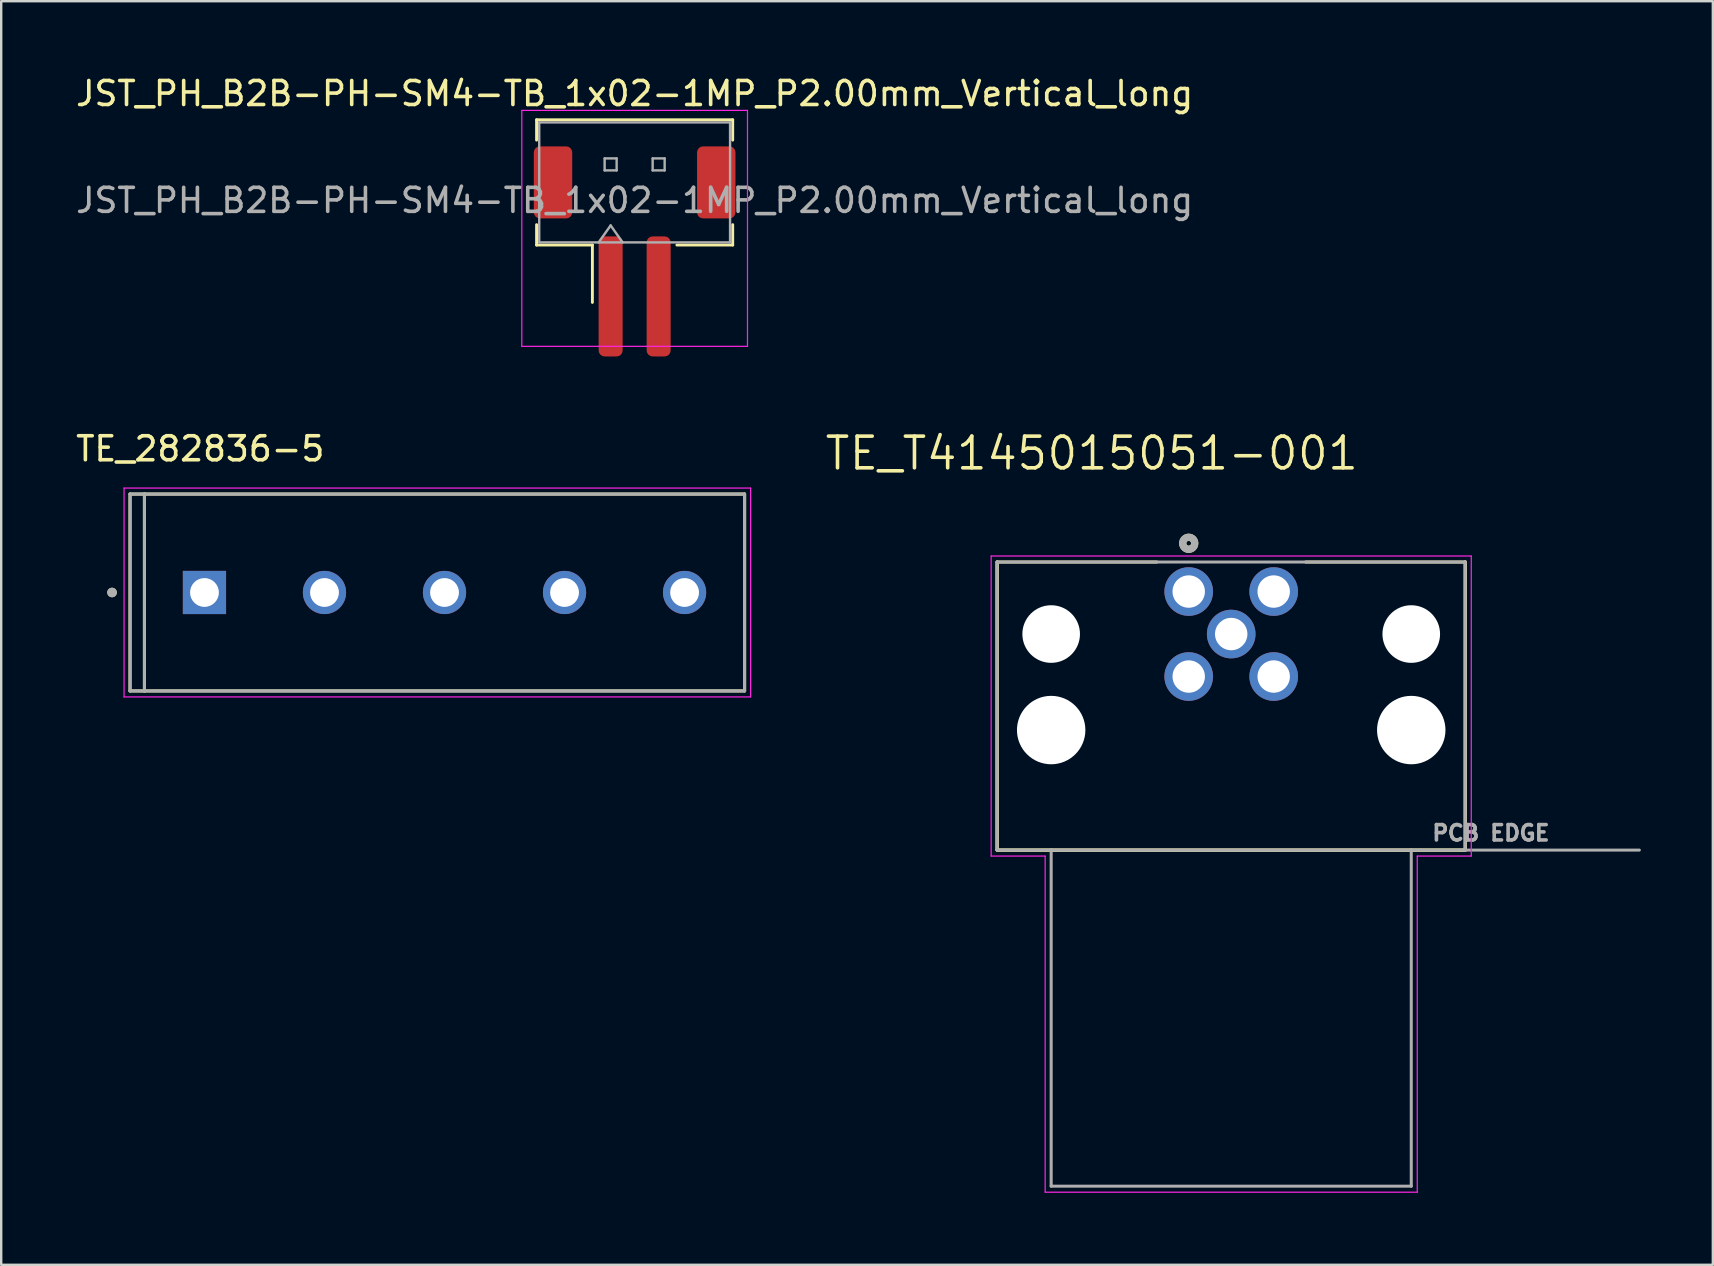
<source format=kicad_pcb>
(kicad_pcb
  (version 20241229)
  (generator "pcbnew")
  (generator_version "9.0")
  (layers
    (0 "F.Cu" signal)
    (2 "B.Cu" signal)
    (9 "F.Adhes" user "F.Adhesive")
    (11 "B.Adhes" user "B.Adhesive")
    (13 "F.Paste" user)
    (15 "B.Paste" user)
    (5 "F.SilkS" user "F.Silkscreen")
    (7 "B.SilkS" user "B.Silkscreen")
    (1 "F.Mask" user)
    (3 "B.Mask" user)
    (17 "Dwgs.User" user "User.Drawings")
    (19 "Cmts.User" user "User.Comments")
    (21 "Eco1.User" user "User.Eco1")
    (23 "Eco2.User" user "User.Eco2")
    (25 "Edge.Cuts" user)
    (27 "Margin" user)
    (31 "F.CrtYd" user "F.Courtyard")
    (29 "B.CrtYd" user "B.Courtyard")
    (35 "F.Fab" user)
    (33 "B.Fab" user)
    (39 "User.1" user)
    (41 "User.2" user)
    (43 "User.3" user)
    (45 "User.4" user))
  (footprint "TE_T4145015051-001"
    (layer "F.Cu")
    (at 48.238 23.362)
    (property "Reference" "TE_T4145015051-001" (at -5.809 -7.528 0) (layer "F.SilkS") (effects (font (size 1.32 1.32) (thickness 0.15))))
    (attr through_hole)
    (fp_line (start -9.75 -3) (end -3.103 -3) (stroke (width 0.127) (type solid)) (layer "F.SilkS"))
    (fp_line (start -9.75 9) (end -9.75 -3) (stroke (width 0.127) (type solid)) (layer "F.SilkS"))
    (fp_line (start -9.75 9) (end -9.75 -3) (stroke (width 0.127) (type solid)) (layer "F.SilkS"))
    (fp_line (start -9.75 9) (end -7.5 9) (stroke (width 0.127) (type solid)) (layer "F.SilkS"))
    (fp_line (start -9.75 9) (end 9.75 9) (stroke (width 0.127) (type solid)) (layer "F.SilkS"))
    (fp_line (start -7.5 9) (end 7.5 9) (stroke (width 0.127) (type solid)) (layer "F.SilkS"))
    (fp_line (start 3.103 -3) (end 9.75 -3) (stroke (width 0.127) (type solid)) (layer "F.SilkS"))
    (fp_line (start 7.5 9) (end 9.75 9) (stroke (width 0.127) (type solid)) (layer "F.SilkS"))
    (fp_line (start 9.75 -3) (end 9.75 9) (stroke (width 0.127) (type solid)) (layer "F.SilkS"))
    (fp_line (start 9.75 -3) (end 9.75 9) (stroke (width 0.127) (type solid)) (layer "F.SilkS"))
    (fp_circle (center -1.77 -3.781) (end -1.67 -3.781) (stroke (width 0.3) (type solid)) (fill no) (layer "F.SilkS"))
    (fp_line (start -10 -3.25) (end 10 -3.25) (stroke (width 0.05) (type solid)) (layer "F.CrtYd"))
    (fp_line (start -10 9.25) (end -10 -3.25) (stroke (width 0.05) (type solid)) (layer "F.CrtYd"))
    (fp_line (start -7.75 9.25) (end -10 9.25) (stroke (width 0.05) (type solid)) (layer "F.CrtYd"))
    (fp_line (start -7.75 23.25) (end -7.75 9.25) (stroke (width 0.05) (type solid)) (layer "F.CrtYd"))
    (fp_line (start 7.75 9.25) (end 7.75 23.25) (stroke (width 0.05) (type solid)) (layer "F.CrtYd"))
    (fp_line (start 7.75 23.25) (end -7.75 23.25) (stroke (width 0.05) (type solid)) (layer "F.CrtYd"))
    (fp_line (start 10 -3.25) (end 10 9.25) (stroke (width 0.05) (type solid)) (layer "F.CrtYd"))
    (fp_line (start 10 9.25) (end 7.75 9.25) (stroke (width 0.05) (type solid)) (layer "F.CrtYd"))
    (fp_line (start -9.75 -3) (end 9.75 -3) (stroke (width 0.127) (type solid)) (layer "F.Fab"))
    (fp_line (start -9.75 9) (end -9.75 -3) (stroke (width 0.127) (type solid)) (layer "F.Fab"))
    (fp_line (start -9.75 9) (end -7.5 9) (stroke (width 0.127) (type solid)) (layer "F.Fab"))
    (fp_line (start -7.5 9) (end -7.5 23) (stroke (width 0.127) (type solid)) (layer "F.Fab"))
    (fp_line (start -7.5 9) (end 7.5 9) (stroke (width 0.127) (type solid)) (layer "F.Fab"))
    (fp_line (start -7.5 23) (end 7.5 23) (stroke (width 0.127) (type solid)) (layer "F.Fab"))
    (fp_line (start 7.5 9) (end 9.75 9) (stroke (width 0.127) (type solid)) (layer "F.Fab"))
    (fp_line (start 7.5 23) (end 7.5 9) (stroke (width 0.127) (type solid)) (layer "F.Fab"))
    (fp_line (start 9.75 -3) (end 9.75 9) (stroke (width 0.127) (type solid)) (layer "F.Fab"))
    (fp_line (start 9.75 9) (end 17 9) (stroke (width 0.127) (type solid)) (layer "F.Fab"))
    (fp_circle (center -1.77 -3.781) (end -1.67 -3.781) (stroke (width 0.3) (type solid)) (fill no) (layer "F.Fab"))
    (fp_text user "PCB EDGE" (at 10.819 8.289 0) (layer "F.Fab") (effects (font (size 0.64 0.64) (thickness 0.15))))
    (pad "" np_thru_hole circle (at -7.5 0) (size 2.4 2.4) (drill 2.4) (layers "*.Cu" "*.Mask"))
    (pad "" np_thru_hole circle (at -7.5 4) (size 2.85 2.85) (drill 2.85) (layers "*.Cu" "*.Mask"))
    (pad "" np_thru_hole circle (at 7.5 0) (size 2.4 2.4) (drill 2.4) (layers "*.Cu" "*.Mask"))
    (pad "" np_thru_hole circle (at 7.5 4) (size 2.85 2.85) (drill 2.85) (layers "*.Cu" "*.Mask"))
    (pad "1" thru_hole circle (at -1.77 -1.77) (size 2.025 2.025) (drill 1.35) (layers "*.Cu" "*.Mask"))
    (pad "2" thru_hole circle (at 1.77 -1.77) (size 2.025 2.025) (drill 1.35) (layers "*.Cu" "*.Mask"))
    (pad "3" thru_hole circle (at 1.77 1.77) (size 2.025 2.025) (drill 1.35) (layers "*.Cu" "*.Mask"))
    (pad "4" thru_hole circle (at -1.77 1.77) (size 2.025 2.025) (drill 1.35) (layers "*.Cu" "*.Mask"))
    (pad "5" thru_hole circle (at 0 0) (size 2.025 2.025) (drill 1.35) (layers "*.Cu" "*.Mask")))
  (footprint "JST_PH_B2B-PH-SM4-TB_1x02-1MP_P2.00mm_Vertical_long"
    (layer "F.Cu")
    (at 23.387 6.298)
    (property "Reference" "JST_PH_B2B-PH-SM4-TB_1x02-1MP_P2.00mm_Vertical_long" (at 0 -5.45 0) (layer "F.SilkS") (effects (font (size 1 1) (thickness 0.15))))
    (attr smd)
    (fp_line (start -4.085 -4.36) (end 4.085 -4.36) (stroke (width 0.12) (type solid)) (layer "F.SilkS"))
    (fp_line (start -4.085 -3.51) (end -4.085 -4.36) (stroke (width 0.12) (type solid)) (layer "F.SilkS"))
    (fp_line (start -4.085 0.01) (end -4.085 0.86) (stroke (width 0.12) (type solid)) (layer "F.SilkS"))
    (fp_line (start -4.085 0.86) (end -1.76 0.86) (stroke (width 0.12) (type solid)) (layer "F.SilkS"))
    (fp_line (start -1.76 0.86) (end -1.76 3.25) (stroke (width 0.12) (type solid)) (layer "F.SilkS"))
    (fp_line (start 4.085 -4.36) (end 4.085 -3.51) (stroke (width 0.12) (type solid)) (layer "F.SilkS"))
    (fp_line (start 4.085 0.01) (end 4.085 0.86) (stroke (width 0.12) (type solid)) (layer "F.SilkS"))
    (fp_line (start 4.085 0.86) (end 1.76 0.86) (stroke (width 0.12) (type solid)) (layer "F.SilkS"))
    (fp_line (start -4.7 -4.75) (end -4.7 5.08) (stroke (width 0.05) (type solid)) (layer "F.CrtYd"))
    (fp_line (start -4.7 5.08) (end 4.7 5.08) (stroke (width 0.05) (type solid)) (layer "F.CrtYd"))
    (fp_line (start 4.7 -4.75) (end -4.7 -4.75) (stroke (width 0.05) (type solid)) (layer "F.CrtYd"))
    (fp_line (start 4.7 5.08) (end 4.7 -4.75) (stroke (width 0.05) (type solid)) (layer "F.CrtYd"))
    (fp_line (start -3.975 -4.25) (end 3.975 -4.25) (stroke (width 0.1) (type solid)) (layer "F.Fab"))
    (fp_line (start -3.975 0.75) (end -3.975 -4.25) (stroke (width 0.1) (type solid)) (layer "F.Fab"))
    (fp_line (start -3.975 0.75) (end 3.975 0.75) (stroke (width 0.1) (type solid)) (layer "F.Fab"))
    (fp_line (start -1.5 0.75) (end -1 0.043) (stroke (width 0.1) (type solid)) (layer "F.Fab"))
    (fp_line (start -1.25 -2.75) (end -1.25 -2.25) (stroke (width 0.1) (type solid)) (layer "F.Fab"))
    (fp_line (start -1.25 -2.25) (end -0.75 -2.25) (stroke (width 0.1) (type solid)) (layer "F.Fab"))
    (fp_line (start -1 0.043) (end -0.5 0.75) (stroke (width 0.1) (type solid)) (layer "F.Fab"))
    (fp_line (start -0.75 -2.75) (end -1.25 -2.75) (stroke (width 0.1) (type solid)) (layer "F.Fab"))
    (fp_line (start -0.75 -2.25) (end -0.75 -2.75) (stroke (width 0.1) (type solid)) (layer "F.Fab"))
    (fp_line (start 0.75 -2.75) (end 0.75 -2.25) (stroke (width 0.1) (type solid)) (layer "F.Fab"))
    (fp_line (start 0.75 -2.25) (end 1.25 -2.25) (stroke (width 0.1) (type solid)) (layer "F.Fab"))
    (fp_line (start 1.25 -2.75) (end 0.75 -2.75) (stroke (width 0.1) (type solid)) (layer "F.Fab"))
    (fp_line (start 1.25 -2.25) (end 1.25 -2.75) (stroke (width 0.1) (type solid)) (layer "F.Fab"))
    (fp_line (start 3.975 0.75) (end 3.975 -4.25) (stroke (width 0.1) (type solid)) (layer "F.Fab"))
    (fp_text user "${REFERENCE}" (at 0 -1 0) (layer "F.Fab") (effects (font (size 1 1) (thickness 0.15))))
    (pad "1" smd roundrect (at -1 3) (size 1 5) (layers "F.Cu" "F.Mask" "F.Paste") (roundrect_rratio 0.25))
    (pad "2" smd roundrect (at 1 3) (size 1 5) (layers "F.Cu" "F.Mask" "F.Paste") (roundrect_rratio 0.25))
    (pad "MP" smd roundrect (at -3.4 -1.75) (size 1.6 3) (layers "F.Cu" "F.Mask" "F.Paste") (roundrect_rratio 0.156))
    (pad "MP" smd roundrect (at 3.4 -1.75) (size 1.6 3) (layers "F.Cu" "F.Mask" "F.Paste") (roundrect_rratio 0.156)))
  (footprint "TE_282836-5"
    (layer "F.Cu")
    (at 15.467 21.631)
    (property "Reference" "TE_282836-5" (at -10.175 -5.985 0) (layer "F.SilkS") (effects (font (size 1 1) (thickness 0.15))))
    (attr through_hole)
    (fp_line (start -13.1 -4.1) (end -12.5 -4.1) (stroke (width 0.127) (type solid)) (layer "F.SilkS"))
    (fp_line (start -13.1 4.1) (end -13.1 -4.1) (stroke (width 0.127) (type solid)) (layer "F.SilkS"))
    (fp_line (start -13.1 4.1) (end -12.5 4.1) (stroke (width 0.127) (type solid)) (layer "F.SilkS"))
    (fp_line (start -12.5 -4.1) (end 12.5 -4.1) (stroke (width 0.127) (type solid)) (layer "F.SilkS"))
    (fp_line (start -12.5 4.1) (end -12.5 -4.1) (stroke (width 0.127) (type solid)) (layer "F.SilkS"))
    (fp_line (start 12.5 -4.1) (end 12.5 4.1) (stroke (width 0.127) (type solid)) (layer "F.SilkS"))
    (fp_line (start 12.5 4.1) (end -12.5 4.1) (stroke (width 0.127) (type solid)) (layer "F.SilkS"))
    (fp_circle (center -13.85 0) (end -13.75 0) (stroke (width 0.2) (type solid)) (fill no) (layer "F.SilkS"))
    (fp_line (start -13.35 -4.35) (end -13.35 4.35) (stroke (width 0.05) (type solid)) (layer "F.CrtYd"))
    (fp_line (start -13.35 4.35) (end 12.75 4.35) (stroke (width 0.05) (type solid)) (layer "F.CrtYd"))
    (fp_line (start 12.75 -4.35) (end -13.35 -4.35) (stroke (width 0.05) (type solid)) (layer "F.CrtYd"))
    (fp_line (start 12.75 4.35) (end 12.75 -4.35) (stroke (width 0.05) (type solid)) (layer "F.CrtYd"))
    (fp_line (start -13.1 -4.1) (end -12.5 -4.1) (stroke (width 0.127) (type solid)) (layer "F.Fab"))
    (fp_line (start -13.1 4.1) (end -13.1 -4.1) (stroke (width 0.127) (type solid)) (layer "F.Fab"))
    (fp_line (start -13.1 4.1) (end -12.5 4.1) (stroke (width 0.127) (type solid)) (layer "F.Fab"))
    (fp_line (start -12.5 -4.1) (end 12.5 -4.1) (stroke (width 0.127) (type solid)) (layer "F.Fab"))
    (fp_line (start -12.5 4.1) (end -12.5 -4.1) (stroke (width 0.127) (type solid)) (layer "F.Fab"))
    (fp_line (start 12.5 -4.1) (end 12.5 4.1) (stroke (width 0.127) (type solid)) (layer "F.Fab"))
    (fp_line (start 12.5 4.1) (end -12.5 4.1) (stroke (width 0.127) (type solid)) (layer "F.Fab"))
    (fp_circle (center -13.85 0) (end -13.75 0) (stroke (width 0.2) (type solid)) (fill no) (layer "F.Fab"))
    (pad "1" thru_hole rect (at -10 0) (size 1.8 1.8) (drill 1.2) (layers "*.Cu" "*.Mask"))
    (pad "2" thru_hole circle (at -5 0) (size 1.8 1.8) (drill 1.2) (layers "*.Cu" "*.Mask"))
    (pad "3" thru_hole circle (at 0 0) (size 1.8 1.8) (drill 1.2) (layers "*.Cu" "*.Mask"))
    (pad "4" thru_hole circle (at 5 0) (size 1.8 1.8) (drill 1.2) (layers "*.Cu" "*.Mask"))
    (pad "5" thru_hole circle (at 10 0) (size 1.8 1.8) (drill 1.2) (layers "*.Cu" "*.Mask")))
  (gr_rect
    (start -3 -3)
    (end 68.301 49.637)
    (stroke (width 0.1) (type default))
    (fill no)
    (layer "Edge.Cuts")))
</source>
